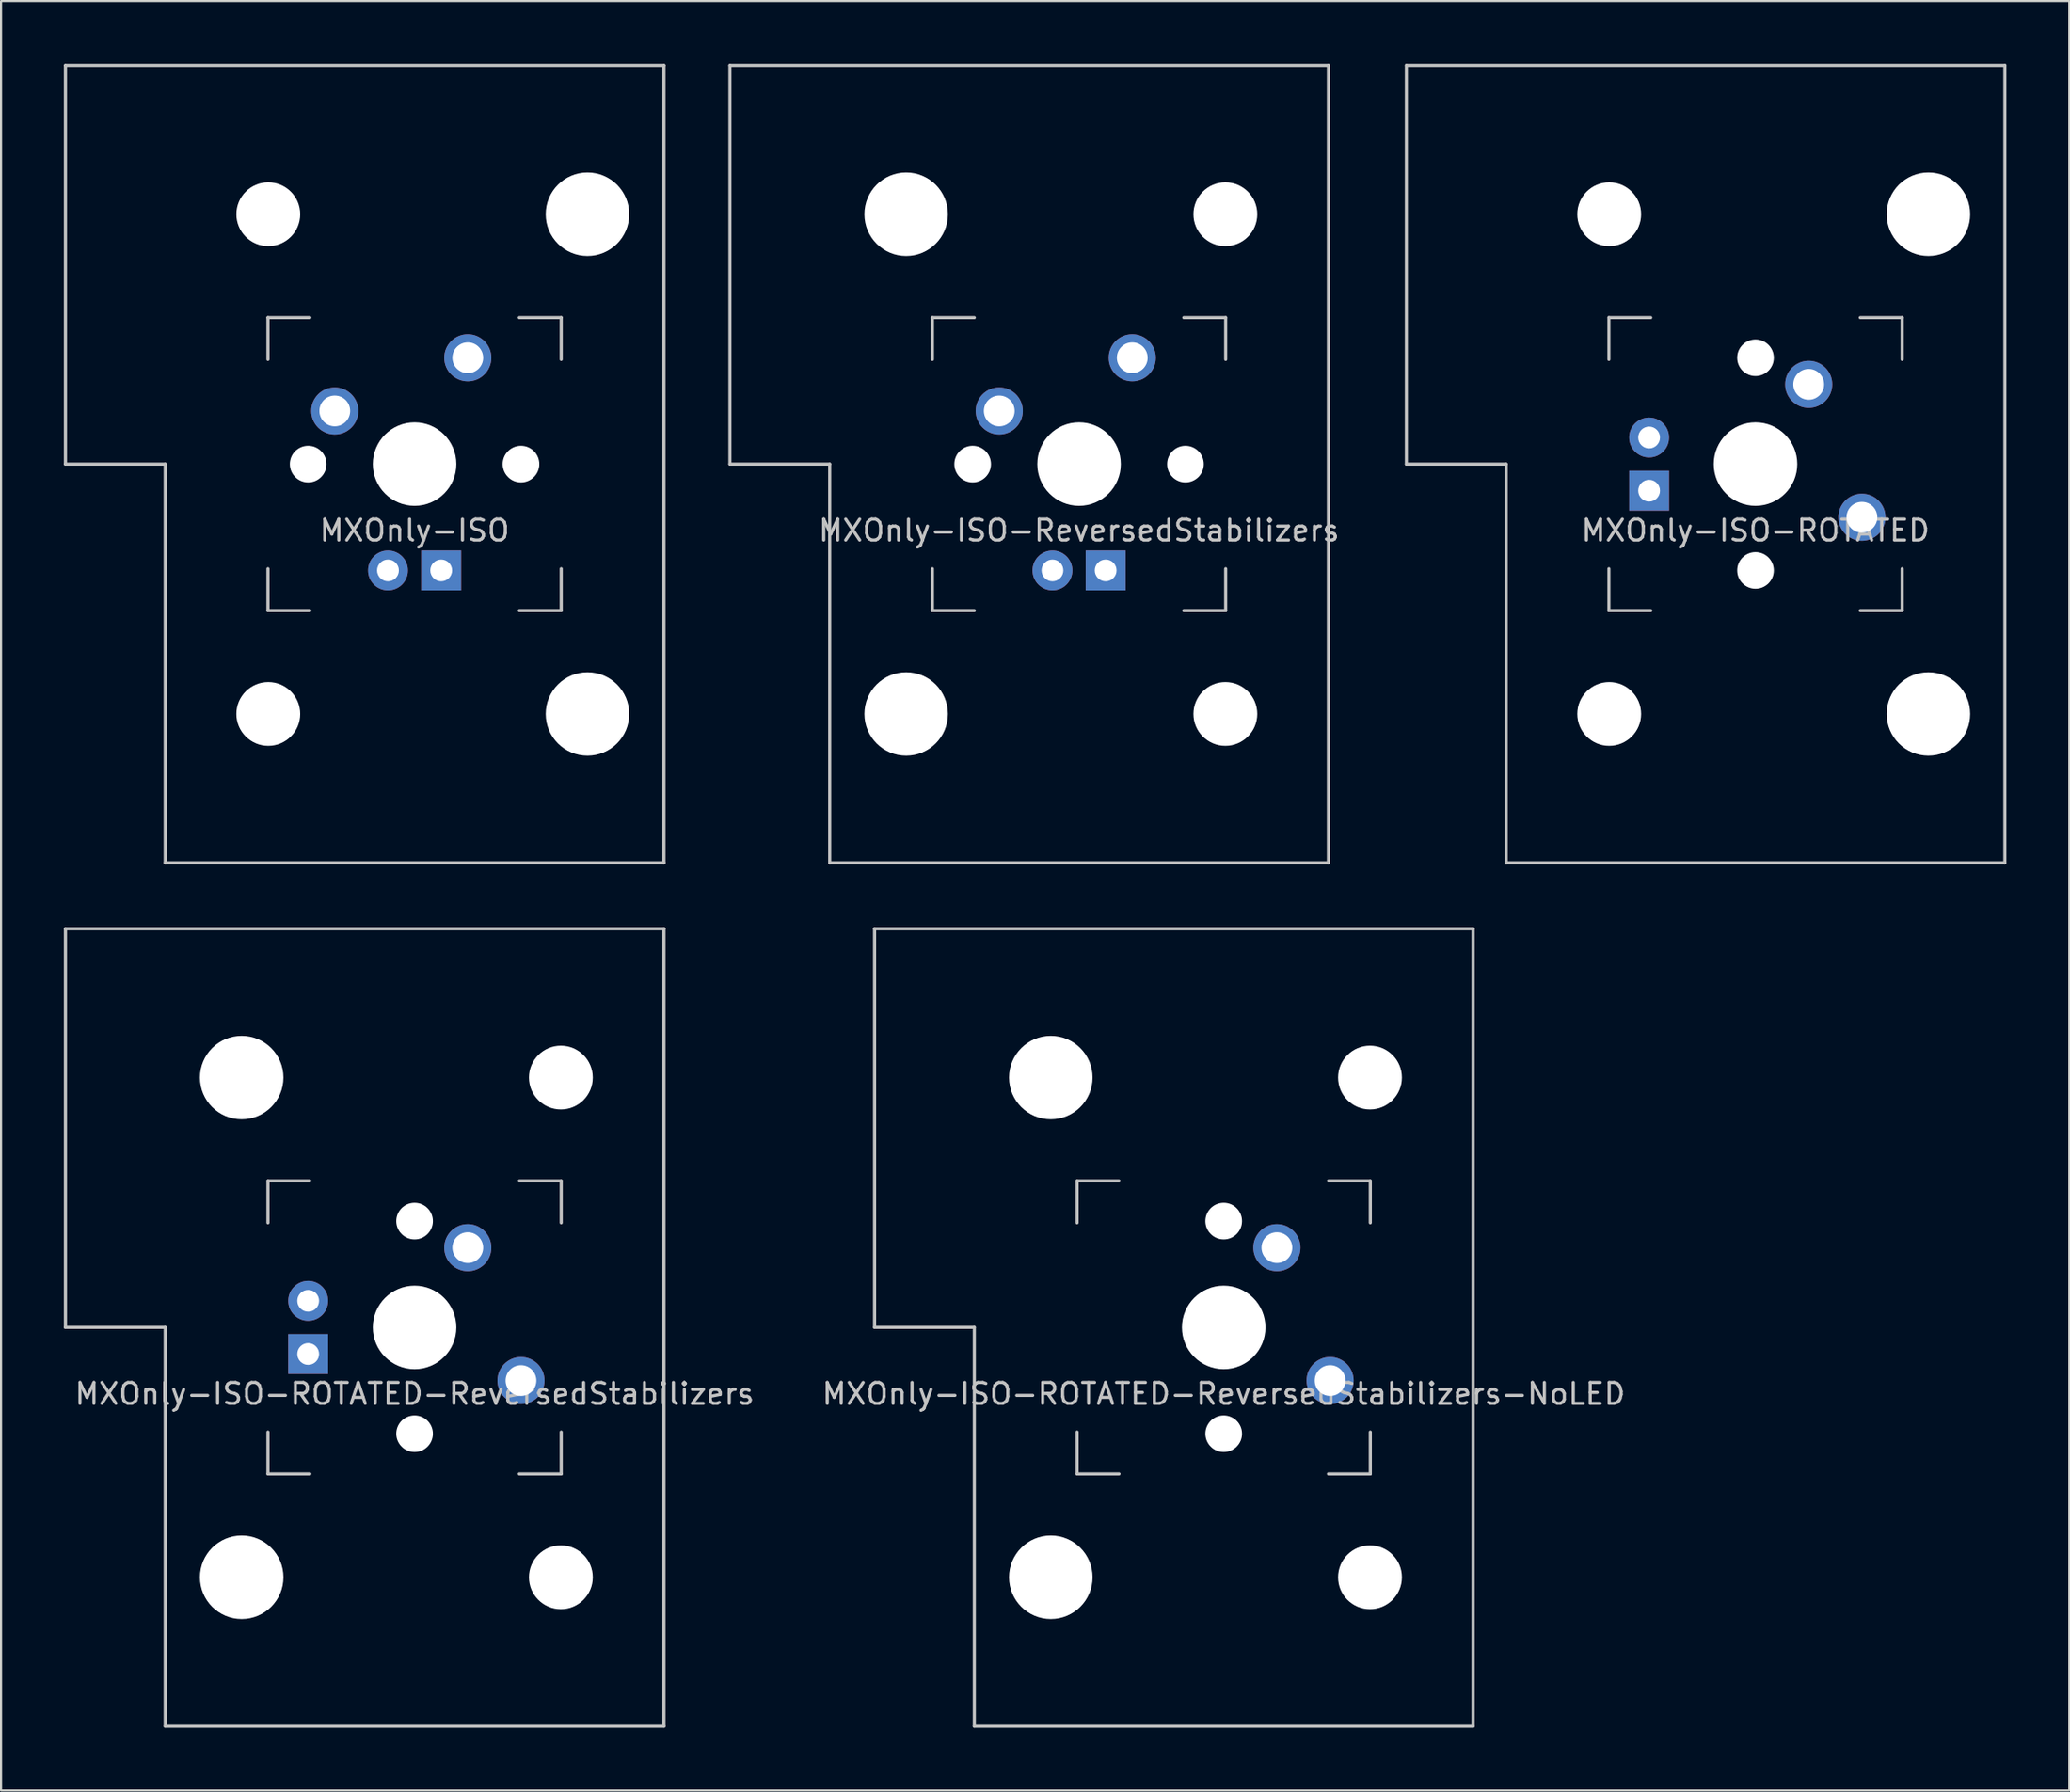
<source format=kicad_pcb>
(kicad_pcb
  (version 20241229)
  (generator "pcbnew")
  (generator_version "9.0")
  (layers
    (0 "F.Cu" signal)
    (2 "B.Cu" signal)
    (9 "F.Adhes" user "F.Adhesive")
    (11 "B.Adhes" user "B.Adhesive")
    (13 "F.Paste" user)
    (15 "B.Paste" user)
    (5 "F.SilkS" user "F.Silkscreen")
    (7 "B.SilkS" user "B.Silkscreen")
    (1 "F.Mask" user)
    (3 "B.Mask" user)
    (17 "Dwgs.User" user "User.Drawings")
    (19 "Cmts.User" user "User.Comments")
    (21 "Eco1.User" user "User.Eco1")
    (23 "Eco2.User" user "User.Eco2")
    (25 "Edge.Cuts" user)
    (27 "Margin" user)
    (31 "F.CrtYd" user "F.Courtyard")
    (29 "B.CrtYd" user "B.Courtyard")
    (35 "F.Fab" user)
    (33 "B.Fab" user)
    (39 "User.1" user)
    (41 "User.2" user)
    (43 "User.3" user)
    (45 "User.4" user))
  (footprint "MXOnly-ISO-ROTATED"
    (layer "F.Cu")
    (at 80.766 19.125)
    (property "Reference" "MXOnly-ISO-ROTATED" (at 0 3.175 0) (layer "Dwgs.User") (effects (font (size 1 1) (thickness 0.15))))
    (attr through_hole)
    (fp_line (start -16.669 -19.05) (end -16.669 0) (stroke (width 0.15) (type solid)) (layer "Dwgs.User"))
    (fp_line (start -16.669 -19.05) (end 11.906 -19.05) (stroke (width 0.15) (type solid)) (layer "Dwgs.User"))
    (fp_line (start -11.906 0) (end -16.669 0) (stroke (width 0.15) (type solid)) (layer "Dwgs.User"))
    (fp_line (start -11.906 19.05) (end -11.906 0) (stroke (width 0.15) (type solid)) (layer "Dwgs.User"))
    (fp_line (start -11.906 19.05) (end 11.906 19.05) (stroke (width 0.15) (type solid)) (layer "Dwgs.User"))
    (fp_line (start -7 -7) (end -7 -5) (stroke (width 0.15) (type solid)) (layer "Dwgs.User"))
    (fp_line (start -7 5) (end -7 7) (stroke (width 0.15) (type solid)) (layer "Dwgs.User"))
    (fp_line (start -7 7) (end -5 7) (stroke (width 0.15) (type solid)) (layer "Dwgs.User"))
    (fp_line (start -5 -7) (end -7 -7) (stroke (width 0.15) (type solid)) (layer "Dwgs.User"))
    (fp_line (start 5 -7) (end 7 -7) (stroke (width 0.15) (type solid)) (layer "Dwgs.User"))
    (fp_line (start 5 7) (end 7 7) (stroke (width 0.15) (type solid)) (layer "Dwgs.User"))
    (fp_line (start 7 -7) (end 7 -5) (stroke (width 0.15) (type solid)) (layer "Dwgs.User"))
    (fp_line (start 7 7) (end 7 5) (stroke (width 0.15) (type solid)) (layer "Dwgs.User"))
    (fp_line (start 11.906 -19.05) (end 11.906 19.05) (stroke (width 0.15) (type solid)) (layer "Dwgs.User"))
    (pad "" np_thru_hole circle (at -6.985 -11.938) (size 3.048 3.048) (drill 3.048) (layers "*.Cu" "*.Mask"))
    (pad "" np_thru_hole circle (at -6.985 11.938) (size 3.048 3.048) (drill 3.048) (layers "*.Cu" "*.Mask"))
    (pad "" np_thru_hole circle (at 0 -5.08 48.1) (size 1.75 1.75) (drill 1.75) (layers "*.Cu" "*.Mask"))
    (pad "" np_thru_hole circle (at 0 0) (size 3.988 3.988) (drill 3.988) (layers "*.Cu" "*.Mask"))
    (pad "" np_thru_hole circle (at 0 5.08 48.1) (size 1.75 1.75) (drill 1.75) (layers "*.Cu" "*.Mask"))
    (pad "" np_thru_hole circle (at 8.255 -11.938) (size 3.988 3.988) (drill 3.988) (layers "*.Cu" "*.Mask"))
    (pad "" np_thru_hole circle (at 8.255 11.938) (size 3.988 3.988) (drill 3.988) (layers "*.Cu" "*.Mask"))
    (pad "1" thru_hole circle (at 2.54 -3.81) (size 2.25 2.25) (drill 1.47) (layers "*.Cu" "*.Mask"))
    (pad "2" thru_hole circle (at 5.08 2.54) (size 2.25 2.25) (drill 1.47) (layers "*.Cu" "*.Mask"))
    (pad "3" thru_hole circle (at -5.08 -1.27) (size 1.905 1.905) (drill 1.04) (layers "*.Cu" "*.Mask"))
    (pad "4" thru_hole rect (at -5.08 1.27) (size 1.905 1.905) (drill 1.04) (layers "*.Cu" "*.Mask")))
  (footprint "MXOnly-ISO"
    (layer "F.Cu")
    (at 16.744 19.125)
    (property "Reference" "MXOnly-ISO" (at 0 3.175 0) (layer "Dwgs.User") (effects (font (size 1 1) (thickness 0.15))))
    (attr through_hole)
    (fp_line (start -16.669 -19.05) (end -16.669 0) (stroke (width 0.15) (type solid)) (layer "Dwgs.User"))
    (fp_line (start -16.669 -19.05) (end 11.906 -19.05) (stroke (width 0.15) (type solid)) (layer "Dwgs.User"))
    (fp_line (start -11.906 0) (end -16.669 0) (stroke (width 0.15) (type solid)) (layer "Dwgs.User"))
    (fp_line (start -11.906 19.05) (end -11.906 0) (stroke (width 0.15) (type solid)) (layer "Dwgs.User"))
    (fp_line (start -11.906 19.05) (end 11.906 19.05) (stroke (width 0.15) (type solid)) (layer "Dwgs.User"))
    (fp_line (start -7 -7) (end -7 -5) (stroke (width 0.15) (type solid)) (layer "Dwgs.User"))
    (fp_line (start -7 5) (end -7 7) (stroke (width 0.15) (type solid)) (layer "Dwgs.User"))
    (fp_line (start -7 7) (end -5 7) (stroke (width 0.15) (type solid)) (layer "Dwgs.User"))
    (fp_line (start -5 -7) (end -7 -7) (stroke (width 0.15) (type solid)) (layer "Dwgs.User"))
    (fp_line (start 5 -7) (end 7 -7) (stroke (width 0.15) (type solid)) (layer "Dwgs.User"))
    (fp_line (start 5 7) (end 7 7) (stroke (width 0.15) (type solid)) (layer "Dwgs.User"))
    (fp_line (start 7 -7) (end 7 -5) (stroke (width 0.15) (type solid)) (layer "Dwgs.User"))
    (fp_line (start 7 7) (end 7 5) (stroke (width 0.15) (type solid)) (layer "Dwgs.User"))
    (fp_line (start 11.906 -19.05) (end 11.906 19.05) (stroke (width 0.15) (type solid)) (layer "Dwgs.User"))
    (pad "" np_thru_hole circle (at -6.985 -11.938) (size 3.048 3.048) (drill 3.048) (layers "*.Cu" "*.Mask"))
    (pad "" np_thru_hole circle (at -6.985 11.938) (size 3.048 3.048) (drill 3.048) (layers "*.Cu" "*.Mask"))
    (pad "" np_thru_hole circle (at -5.08 0 48.1) (size 1.75 1.75) (drill 1.75) (layers "*.Cu" "*.Mask"))
    (pad "" np_thru_hole circle (at 0 0) (size 3.988 3.988) (drill 3.988) (layers "*.Cu" "*.Mask"))
    (pad "" np_thru_hole circle (at 5.08 0 48.1) (size 1.75 1.75) (drill 1.75) (layers "*.Cu" "*.Mask"))
    (pad "" np_thru_hole circle (at 8.255 -11.938) (size 3.988 3.988) (drill 3.988) (layers "*.Cu" "*.Mask"))
    (pad "" np_thru_hole circle (at 8.255 11.938) (size 3.988 3.988) (drill 3.988) (layers "*.Cu" "*.Mask"))
    (pad "1" thru_hole circle (at -3.81 -2.54) (size 2.25 2.25) (drill 1.47) (layers "*.Cu" "*.Mask"))
    (pad "2" thru_hole circle (at 2.54 -5.08) (size 2.25 2.25) (drill 1.47) (layers "*.Cu" "*.Mask"))
    (pad "3" thru_hole circle (at -1.27 5.08) (size 1.905 1.905) (drill 1.04) (layers "*.Cu" "*.Mask"))
    (pad "4" thru_hole rect (at 1.27 5.08) (size 1.905 1.905) (drill 1.04) (layers "*.Cu" "*.Mask")))
  (footprint "MXOnly-ISO-ROTATED-ReversedStabilizers-NoLED"
    (layer "F.Cu")
    (at 55.375 60.375)
    (property "Reference" "MXOnly-ISO-ROTATED-ReversedStabilizers-NoLED" (at 0 3.175 0) (layer "Dwgs.User") (effects (font (size 1 1) (thickness 0.15))))
    (attr through_hole)
    (fp_line (start -16.669 -19.05) (end -16.669 0) (stroke (width 0.15) (type solid)) (layer "Dwgs.User"))
    (fp_line (start -16.669 -19.05) (end 11.906 -19.05) (stroke (width 0.15) (type solid)) (layer "Dwgs.User"))
    (fp_line (start -11.906 0) (end -16.669 0) (stroke (width 0.15) (type solid)) (layer "Dwgs.User"))
    (fp_line (start -11.906 19.05) (end -11.906 0) (stroke (width 0.15) (type solid)) (layer "Dwgs.User"))
    (fp_line (start -11.906 19.05) (end 11.906 19.05) (stroke (width 0.15) (type solid)) (layer "Dwgs.User"))
    (fp_line (start -7 -7) (end -7 -5) (stroke (width 0.15) (type solid)) (layer "Dwgs.User"))
    (fp_line (start -7 5) (end -7 7) (stroke (width 0.15) (type solid)) (layer "Dwgs.User"))
    (fp_line (start -7 7) (end -5 7) (stroke (width 0.15) (type solid)) (layer "Dwgs.User"))
    (fp_line (start -5 -7) (end -7 -7) (stroke (width 0.15) (type solid)) (layer "Dwgs.User"))
    (fp_line (start 5 -7) (end 7 -7) (stroke (width 0.15) (type solid)) (layer "Dwgs.User"))
    (fp_line (start 5 7) (end 7 7) (stroke (width 0.15) (type solid)) (layer "Dwgs.User"))
    (fp_line (start 7 -7) (end 7 -5) (stroke (width 0.15) (type solid)) (layer "Dwgs.User"))
    (fp_line (start 7 7) (end 7 5) (stroke (width 0.15) (type solid)) (layer "Dwgs.User"))
    (fp_line (start 11.906 -19.05) (end 11.906 19.05) (stroke (width 0.15) (type solid)) (layer "Dwgs.User"))
    (pad "" np_thru_hole circle (at -8.255 -11.938) (size 3.988 3.988) (drill 3.988) (layers "*.Cu" "*.Mask"))
    (pad "" np_thru_hole circle (at -8.255 11.938) (size 3.988 3.988) (drill 3.988) (layers "*.Cu" "*.Mask"))
    (pad "" np_thru_hole circle (at 0 -5.08 48.1) (size 1.75 1.75) (drill 1.75) (layers "*.Cu" "*.Mask"))
    (pad "" np_thru_hole circle (at 0 0) (size 3.988 3.988) (drill 3.988) (layers "*.Cu" "*.Mask"))
    (pad "" np_thru_hole circle (at 0 5.08 48.1) (size 1.75 1.75) (drill 1.75) (layers "*.Cu" "*.Mask"))
    (pad "" np_thru_hole circle (at 6.985 -11.938) (size 3.048 3.048) (drill 3.048) (layers "*.Cu" "*.Mask"))
    (pad "" np_thru_hole circle (at 6.985 11.938) (size 3.048 3.048) (drill 3.048) (layers "*.Cu" "*.Mask"))
    (pad "1" thru_hole circle (at 2.54 -3.81) (size 2.25 2.25) (drill 1.47) (layers "*.Cu" "*.Mask"))
    (pad "2" thru_hole circle (at 5.08 2.54) (size 2.25 2.25) (drill 1.47) (layers "*.Cu" "*.Mask")))
  (footprint "MXOnly-ISO-ReversedStabilizers"
    (layer "F.Cu")
    (at 48.469 19.125)
    (property "Reference" "MXOnly-ISO-ReversedStabilizers" (at 0 3.175 0) (layer "Dwgs.User") (effects (font (size 1 1) (thickness 0.15))))
    (attr through_hole)
    (fp_line (start -16.669 -19.05) (end -16.669 0) (stroke (width 0.15) (type solid)) (layer "Dwgs.User"))
    (fp_line (start -16.669 -19.05) (end 11.906 -19.05) (stroke (width 0.15) (type solid)) (layer "Dwgs.User"))
    (fp_line (start -11.906 0) (end -16.669 0) (stroke (width 0.15) (type solid)) (layer "Dwgs.User"))
    (fp_line (start -11.906 19.05) (end -11.906 0) (stroke (width 0.15) (type solid)) (layer "Dwgs.User"))
    (fp_line (start -11.906 19.05) (end 11.906 19.05) (stroke (width 0.15) (type solid)) (layer "Dwgs.User"))
    (fp_line (start -7 -7) (end -7 -5) (stroke (width 0.15) (type solid)) (layer "Dwgs.User"))
    (fp_line (start -7 5) (end -7 7) (stroke (width 0.15) (type solid)) (layer "Dwgs.User"))
    (fp_line (start -7 7) (end -5 7) (stroke (width 0.15) (type solid)) (layer "Dwgs.User"))
    (fp_line (start -5 -7) (end -7 -7) (stroke (width 0.15) (type solid)) (layer "Dwgs.User"))
    (fp_line (start 5 -7) (end 7 -7) (stroke (width 0.15) (type solid)) (layer "Dwgs.User"))
    (fp_line (start 5 7) (end 7 7) (stroke (width 0.15) (type solid)) (layer "Dwgs.User"))
    (fp_line (start 7 -7) (end 7 -5) (stroke (width 0.15) (type solid)) (layer "Dwgs.User"))
    (fp_line (start 7 7) (end 7 5) (stroke (width 0.15) (type solid)) (layer "Dwgs.User"))
    (fp_line (start 11.906 -19.05) (end 11.906 19.05) (stroke (width 0.15) (type solid)) (layer "Dwgs.User"))
    (pad "" np_thru_hole circle (at -8.255 -11.938) (size 3.988 3.988) (drill 3.988) (layers "*.Cu" "*.Mask"))
    (pad "" np_thru_hole circle (at -8.255 11.938) (size 3.988 3.988) (drill 3.988) (layers "*.Cu" "*.Mask"))
    (pad "" np_thru_hole circle (at -5.08 0 48.1) (size 1.75 1.75) (drill 1.75) (layers "*.Cu" "*.Mask"))
    (pad "" np_thru_hole circle (at 0 0) (size 3.988 3.988) (drill 3.988) (layers "*.Cu" "*.Mask"))
    (pad "" np_thru_hole circle (at 5.08 0 48.1) (size 1.75 1.75) (drill 1.75) (layers "*.Cu" "*.Mask"))
    (pad "" np_thru_hole circle (at 6.985 -11.938) (size 3.048 3.048) (drill 3.048) (layers "*.Cu" "*.Mask"))
    (pad "" np_thru_hole circle (at 6.985 11.938) (size 3.048 3.048) (drill 3.048) (layers "*.Cu" "*.Mask"))
    (pad "1" thru_hole circle (at -3.81 -2.54) (size 2.25 2.25) (drill 1.47) (layers "*.Cu" "*.Mask"))
    (pad "2" thru_hole circle (at 2.54 -5.08) (size 2.25 2.25) (drill 1.47) (layers "*.Cu" "*.Mask"))
    (pad "3" thru_hole circle (at -1.27 5.08) (size 1.905 1.905) (drill 1.04) (layers "*.Cu" "*.Mask"))
    (pad "4" thru_hole rect (at 1.27 5.08) (size 1.905 1.905) (drill 1.04) (layers "*.Cu" "*.Mask")))
  (footprint "MXOnly-ISO-ROTATED-ReversedStabilizers"
    (layer "F.Cu")
    (at 16.744 60.375)
    (property "Reference" "MXOnly-ISO-ROTATED-ReversedStabilizers" (at 0 3.175 0) (layer "Dwgs.User") (effects (font (size 1 1) (thickness 0.15))))
    (attr through_hole)
    (fp_line (start -16.669 -19.05) (end -16.669 0) (stroke (width 0.15) (type solid)) (layer "Dwgs.User"))
    (fp_line (start -16.669 -19.05) (end 11.906 -19.05) (stroke (width 0.15) (type solid)) (layer "Dwgs.User"))
    (fp_line (start -11.906 0) (end -16.669 0) (stroke (width 0.15) (type solid)) (layer "Dwgs.User"))
    (fp_line (start -11.906 19.05) (end -11.906 0) (stroke (width 0.15) (type solid)) (layer "Dwgs.User"))
    (fp_line (start -11.906 19.05) (end 11.906 19.05) (stroke (width 0.15) (type solid)) (layer "Dwgs.User"))
    (fp_line (start -7 -7) (end -7 -5) (stroke (width 0.15) (type solid)) (layer "Dwgs.User"))
    (fp_line (start -7 5) (end -7 7) (stroke (width 0.15) (type solid)) (layer "Dwgs.User"))
    (fp_line (start -7 7) (end -5 7) (stroke (width 0.15) (type solid)) (layer "Dwgs.User"))
    (fp_line (start -5 -7) (end -7 -7) (stroke (width 0.15) (type solid)) (layer "Dwgs.User"))
    (fp_line (start 5 -7) (end 7 -7) (stroke (width 0.15) (type solid)) (layer "Dwgs.User"))
    (fp_line (start 5 7) (end 7 7) (stroke (width 0.15) (type solid)) (layer "Dwgs.User"))
    (fp_line (start 7 -7) (end 7 -5) (stroke (width 0.15) (type solid)) (layer "Dwgs.User"))
    (fp_line (start 7 7) (end 7 5) (stroke (width 0.15) (type solid)) (layer "Dwgs.User"))
    (fp_line (start 11.906 -19.05) (end 11.906 19.05) (stroke (width 0.15) (type solid)) (layer "Dwgs.User"))
    (pad "" np_thru_hole circle (at -8.255 -11.938) (size 3.988 3.988) (drill 3.988) (layers "*.Cu" "*.Mask"))
    (pad "" np_thru_hole circle (at -8.255 11.938) (size 3.988 3.988) (drill 3.988) (layers "*.Cu" "*.Mask"))
    (pad "" np_thru_hole circle (at 0 -5.08 48.1) (size 1.75 1.75) (drill 1.75) (layers "*.Cu" "*.Mask"))
    (pad "" np_thru_hole circle (at 0 0) (size 3.988 3.988) (drill 3.988) (layers "*.Cu" "*.Mask"))
    (pad "" np_thru_hole circle (at 0 5.08 48.1) (size 1.75 1.75) (drill 1.75) (layers "*.Cu" "*.Mask"))
    (pad "" np_thru_hole circle (at 6.985 -11.938) (size 3.048 3.048) (drill 3.048) (layers "*.Cu" "*.Mask"))
    (pad "" np_thru_hole circle (at 6.985 11.938) (size 3.048 3.048) (drill 3.048) (layers "*.Cu" "*.Mask"))
    (pad "1" thru_hole circle (at 2.54 -3.81) (size 2.25 2.25) (drill 1.47) (layers "*.Cu" "B.Mask"))
    (pad "2" thru_hole circle (at 5.08 2.54) (size 2.25 2.25) (drill 1.47) (layers "*.Cu" "B.Mask"))
    (pad "3" thru_hole circle (at -5.08 -1.27) (size 1.905 1.905) (drill 1.04) (layers "*.Cu" "B.Mask"))
    (pad "4" thru_hole rect (at -5.08 1.27) (size 1.905 1.905) (drill 1.04) (layers "*.Cu" "B.Mask")))
  (gr_rect
    (start -3 -3)
    (end 95.747 82.5)
    (stroke (width 0.1) (type default))
    (fill no)
    (layer "Edge.Cuts")))
</source>
